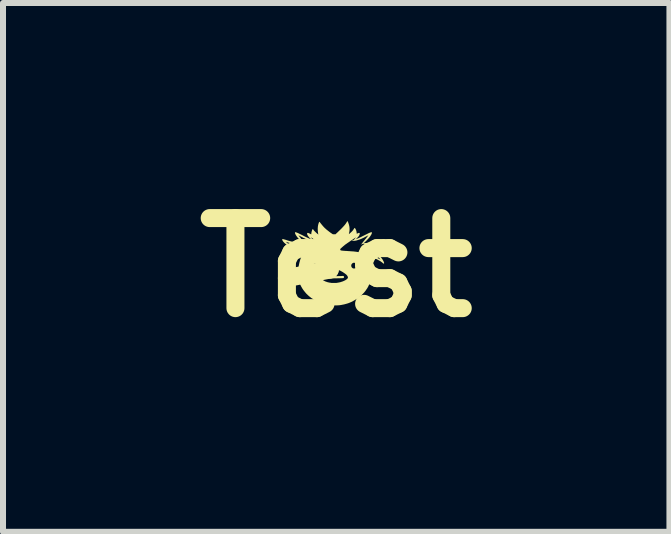
<source format=kicad_pcb>
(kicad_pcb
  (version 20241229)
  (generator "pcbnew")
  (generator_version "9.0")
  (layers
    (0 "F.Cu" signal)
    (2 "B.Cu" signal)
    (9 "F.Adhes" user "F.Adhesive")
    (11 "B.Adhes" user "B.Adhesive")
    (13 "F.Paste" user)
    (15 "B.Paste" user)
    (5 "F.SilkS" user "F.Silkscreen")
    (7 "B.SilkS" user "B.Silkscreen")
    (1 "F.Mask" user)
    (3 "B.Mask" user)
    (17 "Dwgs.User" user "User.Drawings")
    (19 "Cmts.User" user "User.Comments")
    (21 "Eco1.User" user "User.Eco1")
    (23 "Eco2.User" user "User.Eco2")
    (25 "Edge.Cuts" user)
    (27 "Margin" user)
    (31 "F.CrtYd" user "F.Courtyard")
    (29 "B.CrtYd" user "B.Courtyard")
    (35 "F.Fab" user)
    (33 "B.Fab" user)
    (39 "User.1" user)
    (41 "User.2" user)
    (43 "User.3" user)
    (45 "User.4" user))
  (footprint "Test"
    (layer "F.Cu")
    (at 2.55 1.404)
    (property "Reference" "Test" (at 0 0 0) (layer "F.SilkS") (effects (font (size 1.5 1.5) (thickness 0.3))))
    (attr board_only exclude_from_pos_files exclude_from_bom)
    (fp_poly (pts (xy 0.113 0.142) (xy 0.117 0.143) (xy 0.118 0.143) (xy 0.122 0.145) (xy 0.126 0.148) (xy 0.129 0.151) (xy 0.13 0.155) (xy 0.131 0.16) (xy 0.13 0.165) (xy 0.128 0.169) (xy 0.125 0.173) (xy 0.121 0.176) (xy 0.116 0.178) (xy 0.115 0.179) (xy 0.113 0.179) (xy 0.11 0.179) (xy 0.106 0.179) (xy 0.1 0.179) (xy 0.093 0.18) (xy 0.086 0.18) (xy 0.077 0.18) (xy 0.068 0.18) (xy 0.058 0.181) (xy 0.047 0.181) (xy 0.036 0.181) (xy 0.024 0.181) (xy 0.013 0.182) (xy 0.001 0.182) (xy -0.011 0.182) (xy -0.023 0.182) (xy -0.035 0.182) (xy -0.046 0.183) (xy -0.057 0.183) (xy -0.068 0.183) (xy -0.078 0.183) (xy -0.087 0.183) (xy -0.095 0.183) (xy -0.103 0.183) (xy -0.109 0.183) (xy -0.117 0.183) (xy -0.125 0.183) (xy -0.133 0.183) (xy -0.14 0.183) (xy -0.146 0.183) (xy -0.151 0.183) (xy -0.155 0.183) (xy -0.158 0.182) (xy -0.159 0.182) (xy -0.166 0.181) (xy -0.171 0.18) (xy -0.175 0.178) (xy -0.178 0.175) (xy -0.18 0.172) (xy -0.181 0.168) (xy -0.181 0.165) (xy -0.18 0.161) (xy -0.18 0.161) (xy -0.178 0.158) (xy -0.175 0.155) (xy -0.171 0.153) (xy -0.165 0.151) (xy -0.158 0.15) (xy -0.15 0.149) (xy -0.141 0.148) (xy -0.137 0.148) (xy -0.132 0.148) (xy -0.125 0.148) (xy -0.117 0.147) (xy -0.108 0.147) (xy -0.098 0.147) (xy -0.087 0.147) (xy -0.076 0.146) (xy -0.065 0.146) (xy -0.053 0.146) (xy -0.041 0.146) (xy -0.029 0.145) (xy -0.016 0.145) (xy -0.005 0.145) (xy 0.007 0.145) (xy 0.018 0.145) (xy 0.021 0.145) (xy 0.031 0.145) (xy 0.04 0.144) (xy 0.049 0.144) (xy 0.058 0.144) (xy 0.065 0.144) (xy 0.072 0.144) (xy 0.078 0.144) (xy 0.083 0.144) (xy 0.087 0.143) (xy 0.089 0.143) (xy 0.089 0.143) (xy 0.096 0.143) (xy 0.102 0.142) (xy 0.108 0.142)) (stroke (width 0) (type solid)) (fill yes) (layer "F.SilkS"))
    (fp_poly (pts (xy 0.187 -0.77) (xy 0.189 -0.77) (xy 0.19 -0.768) (xy 0.192 -0.766) (xy 0.193 -0.763) (xy 0.195 -0.759) (xy 0.197 -0.753) (xy 0.2 -0.747) (xy 0.201 -0.745) (xy 0.205 -0.732) (xy 0.209 -0.72) (xy 0.213 -0.708) (xy 0.215 -0.697) (xy 0.218 -0.686) (xy 0.219 -0.678) (xy 0.221 -0.662) (xy 0.222 -0.645) (xy 0.222 -0.629) (xy 0.221 -0.613) (xy 0.219 -0.597) (xy 0.216 -0.579) (xy 0.213 -0.566) (xy 0.212 -0.562) (xy 0.211 -0.558) (xy 0.211 -0.556) (xy 0.21 -0.555) (xy 0.211 -0.554) (xy 0.211 -0.555) (xy 0.213 -0.556) (xy 0.216 -0.558) (xy 0.219 -0.561) (xy 0.223 -0.564) (xy 0.227 -0.568) (xy 0.232 -0.572) (xy 0.237 -0.576) (xy 0.242 -0.581) (xy 0.247 -0.585) (xy 0.252 -0.59) (xy 0.256 -0.594) (xy 0.258 -0.596) (xy 0.262 -0.6) (xy 0.265 -0.603) (xy 0.268 -0.606) (xy 0.271 -0.609) (xy 0.273 -0.612) (xy 0.276 -0.616) (xy 0.279 -0.619) (xy 0.282 -0.624) (xy 0.285 -0.628) (xy 0.289 -0.634) (xy 0.294 -0.641) (xy 0.297 -0.646) (xy 0.3 -0.65) (xy 0.303 -0.654) (xy 0.305 -0.656) (xy 0.306 -0.658) (xy 0.308 -0.658) (xy 0.308 -0.658) (xy 0.309 -0.658) (xy 0.311 -0.656) (xy 0.314 -0.653) (xy 0.316 -0.649) (xy 0.319 -0.644) (xy 0.322 -0.639) (xy 0.325 -0.634) (xy 0.327 -0.628) (xy 0.33 -0.623) (xy 0.33 -0.622) (xy 0.333 -0.613) (xy 0.336 -0.603) (xy 0.338 -0.592) (xy 0.34 -0.581) (xy 0.341 -0.571) (xy 0.341 -0.568) (xy 0.342 -0.565) (xy 0.342 -0.562) (xy 0.343 -0.561) (xy 0.344 -0.561) (xy 0.346 -0.562) (xy 0.349 -0.564) (xy 0.35 -0.564) (xy 0.354 -0.566) (xy 0.358 -0.568) (xy 0.363 -0.57) (xy 0.367 -0.572) (xy 0.371 -0.573) (xy 0.375 -0.575) (xy 0.377 -0.575) (xy 0.378 -0.576) (xy 0.381 -0.575) (xy 0.385 -0.574) (xy 0.388 -0.572) (xy 0.391 -0.568) (xy 0.391 -0.568) (xy 0.392 -0.565) (xy 0.392 -0.56) (xy 0.391 -0.555) (xy 0.389 -0.549) (xy 0.387 -0.542) (xy 0.384 -0.536) (xy 0.38 -0.529) (xy 0.378 -0.525) (xy 0.374 -0.52) (xy 0.369 -0.513) (xy 0.363 -0.507) (xy 0.357 -0.5) (xy 0.35 -0.493) (xy 0.343 -0.486) (xy 0.337 -0.479) (xy 0.33 -0.474) (xy 0.328 -0.471) (xy 0.324 -0.469) (xy 0.329 -0.47) (xy 0.337 -0.474) (xy 0.346 -0.477) (xy 0.354 -0.481) (xy 0.363 -0.484) (xy 0.372 -0.488) (xy 0.381 -0.492) (xy 0.391 -0.497) (xy 0.402 -0.502) (xy 0.413 -0.507) (xy 0.425 -0.513) (xy 0.438 -0.52) (xy 0.452 -0.527) (xy 0.468 -0.534) (xy 0.476 -0.539) (xy 0.485 -0.543) (xy 0.493 -0.547) (xy 0.502 -0.551) (xy 0.509 -0.555) (xy 0.517 -0.559) (xy 0.523 -0.562) (xy 0.529 -0.565) (xy 0.533 -0.567) (xy 0.537 -0.569) (xy 0.539 -0.57) (xy 0.544 -0.572) (xy 0.548 -0.574) (xy 0.553 -0.576) (xy 0.558 -0.578) (xy 0.563 -0.579) (xy 0.567 -0.581) (xy 0.57 -0.582) (xy 0.572 -0.583) (xy 0.574 -0.584) (xy 0.574 -0.584) (xy 0.575 -0.584) (xy 0.577 -0.585) (xy 0.578 -0.585) (xy 0.581 -0.587) (xy 0.583 -0.587) (xy 0.584 -0.587) (xy 0.588 -0.587) (xy 0.591 -0.585) (xy 0.593 -0.582) (xy 0.594 -0.578) (xy 0.594 -0.576) (xy 0.594 -0.574) (xy 0.593 -0.57) (xy 0.592 -0.565) (xy 0.59 -0.56) (xy 0.588 -0.555) (xy 0.585 -0.55) (xy 0.585 -0.549) (xy 0.579 -0.539) (xy 0.572 -0.528) (xy 0.565 -0.517) (xy 0.556 -0.505) (xy 0.546 -0.492) (xy 0.535 -0.48) (xy 0.531 -0.476) (xy 0.524 -0.468) (xy 0.516 -0.459) (xy 0.508 -0.451) (xy 0.5 -0.443) (xy 0.492 -0.435) (xy 0.484 -0.428) (xy 0.477 -0.421) (xy 0.471 -0.415) (xy 0.465 -0.41) (xy 0.462 -0.408) (xy 0.459 -0.405) (xy 0.457 -0.404) (xy 0.456 -0.403) (xy 0.456 -0.402) (xy 0.457 -0.402) (xy 0.459 -0.402) (xy 0.462 -0.403) (xy 0.466 -0.403) (xy 0.468 -0.403) (xy 0.472 -0.404) (xy 0.477 -0.405) (xy 0.483 -0.405) (xy 0.49 -0.406) (xy 0.496 -0.407) (xy 0.499 -0.407) (xy 0.51 -0.408) (xy 0.52 -0.409) (xy 0.529 -0.41) (xy 0.538 -0.411) (xy 0.546 -0.412) (xy 0.554 -0.413) (xy 0.563 -0.415) (xy 0.572 -0.416) (xy 0.582 -0.418) (xy 0.586 -0.418) (xy 0.606 -0.422) (xy 0.625 -0.426) (xy 0.642 -0.429) (xy 0.66 -0.433) (xy 0.677 -0.438) (xy 0.694 -0.443) (xy 0.713 -0.448) (xy 0.729 -0.453) (xy 0.741 -0.457) (xy 0.751 -0.46) (xy 0.76 -0.463) (xy 0.768 -0.465) (xy 0.775 -0.467) (xy 0.781 -0.469) (xy 0.786 -0.47) (xy 0.79 -0.471) (xy 0.793 -0.471) (xy 0.794 -0.471) (xy 0.798 -0.471) (xy 0.801 -0.472) (xy 0.802 -0.471) (xy 0.804 -0.471) (xy 0.804 -0.471) (xy 0.806 -0.469) (xy 0.807 -0.466) (xy 0.807 -0.462) (xy 0.806 -0.457) (xy 0.804 -0.453) (xy 0.803 -0.452) (xy 0.799 -0.444) (xy 0.793 -0.435) (xy 0.786 -0.426) (xy 0.778 -0.417) (xy 0.768 -0.408) (xy 0.757 -0.398) (xy 0.745 -0.387) (xy 0.731 -0.377) (xy 0.717 -0.366) (xy 0.706 -0.358) (xy 0.697 -0.352) (xy 0.688 -0.346) (xy 0.679 -0.341) (xy 0.671 -0.336) (xy 0.662 -0.331) (xy 0.652 -0.326) (xy 0.652 -0.326) (xy 0.641 -0.32) (xy 0.631 -0.316) (xy 0.622 -0.312) (xy 0.614 -0.308) (xy 0.606 -0.306) (xy 0.598 -0.303) (xy 0.591 -0.302) (xy 0.591 -0.302) (xy 0.583 -0.3) (xy 0.592 -0.294) (xy 0.614 -0.279) (xy 0.634 -0.265) (xy 0.653 -0.251) (xy 0.671 -0.237) (xy 0.687 -0.223) (xy 0.703 -0.21) (xy 0.717 -0.197) (xy 0.73 -0.184) (xy 0.742 -0.171) (xy 0.752 -0.158) (xy 0.762 -0.145) (xy 0.767 -0.138) (xy 0.773 -0.129) (xy 0.778 -0.12) (xy 0.783 -0.111) (xy 0.788 -0.102) (xy 0.791 -0.094) (xy 0.794 -0.087) (xy 0.796 -0.081) (xy 0.797 -0.076) (xy 0.798 -0.073) (xy 0.797 -0.07) (xy 0.797 -0.068) (xy 0.796 -0.067) (xy 0.795 -0.065) (xy 0.793 -0.064) (xy 0.79 -0.063) (xy 0.787 -0.064) (xy 0.783 -0.066) (xy 0.779 -0.069) (xy 0.776 -0.072) (xy 0.772 -0.076) (xy 0.768 -0.08) (xy 0.762 -0.084) (xy 0.756 -0.089) (xy 0.749 -0.094) (xy 0.74 -0.1) (xy 0.731 -0.106) (xy 0.718 -0.113) (xy 0.705 -0.12) (xy 0.692 -0.128) (xy 0.677 -0.135) (xy 0.661 -0.143) (xy 0.644 -0.151) (xy 0.626 -0.158) (xy 0.607 -0.167) (xy 0.586 -0.175) (xy 0.573 -0.18) (xy 0.567 -0.182) (xy 0.56 -0.185) (xy 0.552 -0.187) (xy 0.545 -0.188) (xy 0.538 -0.19) (xy 0.531 -0.191) (xy 0.525 -0.192) (xy 0.521 -0.193) (xy 0.519 -0.193) (xy 0.517 -0.192) (xy 0.521 -0.183) (xy 0.523 -0.179) (xy 0.525 -0.174) (xy 0.528 -0.169) (xy 0.529 -0.166) (xy 0.534 -0.157) (xy 0.539 -0.148) (xy 0.542 -0.141) (xy 0.546 -0.133) (xy 0.549 -0.125) (xy 0.552 -0.117) (xy 0.554 -0.112) (xy 0.563 -0.083) (xy 0.57 -0.054) (xy 0.577 -0.026) (xy 0.58 -0.01) (xy 0.581 -0.002) (xy 0.582 0.007) (xy 0.583 0.017) (xy 0.585 0.027) (xy 0.586 0.037) (xy 0.587 0.047) (xy 0.588 0.057) (xy 0.588 0.066) (xy 0.589 0.075) (xy 0.589 0.083) (xy 0.59 0.089) (xy 0.59 0.092) (xy 0.59 0.106) (xy 0.589 0.118) (xy 0.589 0.13) (xy 0.588 0.14) (xy 0.587 0.148) (xy 0.586 0.156) (xy 0.586 0.158) (xy 0.58 0.187) (xy 0.573 0.215) (xy 0.565 0.242) (xy 0.555 0.268) (xy 0.544 0.294) (xy 0.532 0.32) (xy 0.518 0.345) (xy 0.502 0.368) (xy 0.494 0.38) (xy 0.485 0.393) (xy 0.474 0.406) (xy 0.464 0.419) (xy 0.452 0.431) (xy 0.441 0.443) (xy 0.43 0.454) (xy 0.424 0.46) (xy 0.411 0.473) (xy 0.398 0.484) (xy 0.385 0.494) (xy 0.373 0.504) (xy 0.361 0.513) (xy 0.349 0.521) (xy 0.336 0.528) (xy 0.328 0.533) (xy 0.324 0.535) (xy 0.318 0.539) (xy 0.312 0.542) (xy 0.306 0.546) (xy 0.299 0.55) (xy 0.293 0.553) (xy 0.285 0.558) (xy 0.276 0.563) (xy 0.269 0.567) (xy 0.262 0.571) (xy 0.254 0.574) (xy 0.246 0.578) (xy 0.238 0.581) (xy 0.215 0.591) (xy 0.192 0.599) (xy 0.168 0.606) (xy 0.143 0.613) (xy 0.117 0.619) (xy 0.11 0.62) (xy 0.081 0.626) (xy 0.052 0.63) (xy 0.023 0.632) (xy -0.007 0.633) (xy -0.037 0.633) (xy -0.049 0.633) (xy -0.068 0.632) (xy -0.088 0.63) (xy -0.107 0.628) (xy -0.126 0.625) (xy -0.144 0.623) (xy -0.162 0.619) (xy -0.18 0.616) (xy -0.196 0.611) (xy -0.211 0.607) (xy -0.225 0.603) (xy -0.231 0.6) (xy -0.262 0.588) (xy -0.292 0.575) (xy -0.322 0.561) (xy -0.352 0.546) (xy -0.37 0.537) (xy -0.379 0.531) (xy -0.387 0.527) (xy -0.394 0.522) (xy -0.401 0.518) (xy -0.408 0.514) (xy -0.415 0.509) (xy -0.422 0.504) (xy -0.429 0.498) (xy -0.43 0.497) (xy -0.453 0.479) (xy -0.474 0.46) (xy -0.495 0.44) (xy -0.514 0.418) (xy -0.532 0.396) (xy -0.549 0.374) (xy -0.565 0.35) (xy -0.579 0.326) (xy -0.592 0.301) (xy -0.604 0.276) (xy -0.614 0.25) (xy -0.623 0.224) (xy -0.628 0.208) (xy -0.63 0.202) (xy -0.631 0.197) (xy -0.632 0.192) (xy -0.633 0.187) (xy -0.634 0.183) (xy -0.635 0.179) (xy -0.244 0.179) (xy -0.242 0.185) (xy -0.24 0.191) (xy -0.236 0.197) (xy -0.232 0.201) (xy -0.23 0.203) (xy -0.228 0.205) (xy -0.226 0.207) (xy -0.223 0.209) (xy -0.22 0.211) (xy -0.216 0.214) (xy -0.211 0.218) (xy -0.207 0.22) (xy -0.201 0.223) (xy -0.194 0.227) (xy -0.186 0.231) (xy -0.177 0.235) (xy -0.167 0.238) (xy -0.157 0.242) (xy -0.147 0.245) (xy -0.137 0.248) (xy -0.127 0.25) (xy -0.125 0.25) (xy -0.115 0.253) (xy -0.104 0.254) (xy -0.092 0.256) (xy -0.08 0.258) (xy -0.069 0.259) (xy -0.062 0.259) (xy -0.058 0.259) (xy -0.053 0.259) (xy -0.046 0.259) (xy -0.039 0.259) (xy -0.032 0.259) (xy -0.025 0.259) (xy -0.017 0.259) (xy -0.011 0.258) (xy -0.005 0.258) (xy 0.000395 0.258) (xy 0.004 0.258) (xy 0.004 0.258) (xy 0.028 0.254) (xy 0.05 0.25) (xy 0.072 0.245) (xy 0.093 0.238) (xy 0.096 0.237) (xy 0.103 0.235) (xy 0.109 0.233) (xy 0.115 0.23) (xy 0.121 0.228) (xy 0.128 0.225) (xy 0.135 0.221) (xy 0.139 0.219) (xy 0.15 0.214) (xy 0.16 0.208) (xy 0.168 0.202) (xy 0.176 0.196) (xy 0.183 0.19) (xy 0.188 0.184) (xy 0.192 0.179) (xy 0.194 0.173) (xy 0.195 0.169) (xy 0.195 0.165) (xy 0.194 0.16) (xy 0.192 0.154) (xy 0.189 0.148) (xy 0.186 0.142) (xy 0.181 0.136) (xy 0.179 0.132) (xy 0.176 0.129) (xy 0.173 0.125) (xy 0.169 0.122) (xy 0.166 0.119) (xy 0.161 0.115) (xy 0.157 0.111) (xy 0.151 0.107) (xy 0.145 0.102) (xy 0.137 0.097) (xy 0.129 0.091) (xy 0.118 0.084) (xy 0.108 0.077) (xy 0.097 0.071) (xy 0.087 0.065) (xy 0.077 0.06) (xy 0.073 0.057) (xy 0.066 0.054) (xy 0.06 0.052) (xy 0.054 0.049) (xy 0.047 0.047) (xy 0.04 0.045) (xy 0.032 0.044) (xy 0.023 0.042) (xy 0.019 0.041) (xy 0.007 0.039) (xy -0.004 0.038) (xy -0.015 0.038) (xy -0.026 0.038) (xy -0.038 0.039) (xy -0.04 0.039) (xy -0.049 0.04) (xy -0.057 0.042) (xy -0.064 0.043) (xy -0.071 0.044) (xy -0.077 0.046) (xy -0.084 0.049) (xy -0.091 0.051) (xy -0.095 0.053) (xy -0.1 0.055) (xy -0.104 0.057) (xy -0.108 0.058) (xy -0.112 0.06) (xy -0.116 0.062) (xy -0.119 0.064) (xy -0.123 0.066) (xy -0.128 0.069) (xy -0.134 0.072) (xy -0.141 0.076) (xy -0.141 0.076) (xy -0.149 0.081) (xy -0.156 0.085) (xy -0.161 0.088) (xy -0.166 0.091) (xy -0.17 0.094) (xy -0.173 0.096) (xy -0.177 0.098) (xy -0.18 0.1) (xy -0.183 0.102) (xy -0.186 0.105) (xy -0.186 0.105) (xy -0.19 0.108) (xy -0.194 0.111) (xy -0.199 0.115) (xy -0.203 0.118) (xy -0.205 0.119) (xy -0.213 0.126) (xy -0.22 0.132) (xy -0.226 0.139) (xy -0.231 0.145) (xy -0.235 0.151) (xy -0.239 0.158) (xy -0.239 0.159) (xy -0.242 0.166) (xy -0.244 0.173) (xy -0.244 0.179) (xy -0.635 0.179) (xy -0.635 0.178) (xy -0.636 0.173) (xy -0.636 0.168) (xy -0.637 0.162) (xy -0.638 0.155) (xy -0.639 0.147) (xy -0.64 0.137) (xy -0.64 0.134) (xy -0.641 0.123) (xy -0.641 0.111) (xy -0.641 0.1) (xy -0.64 0.09) (xy -0.639 0.084) (xy -0.638 0.079) (xy -0.638 0.072) (xy -0.637 0.066) (xy -0.637 0.06) (xy -0.637 0.057) (xy -0.636 0.048) (xy -0.636 0.041) (xy -0.635 0.035) (xy -0.634 0.03) (xy -0.634 0.024) (xy -0.633 0.018) (xy -0.632 0.015) (xy -0.631 0.011) (xy -0.63 0.006) (xy -0.629 -0.000408) (xy -0.628 -0.007) (xy -0.627 -0.012) (xy -0.626 -0.018) (xy -0.626 -0.018) (xy -0.397 -0.018) (xy -0.396 -0.009) (xy -0.394 -0.001) (xy -0.391 0.006) (xy -0.386 0.013) (xy -0.381 0.019) (xy -0.374 0.024) (xy -0.367 0.028) (xy -0.36 0.03) (xy -0.36 0.03) (xy -0.356 0.031) (xy -0.352 0.031) (xy -0.349 0.031) (xy -0.345 0.031) (xy -0.343 0.03) (xy -0.337 0.029) (xy -0.332 0.027) (xy -0.327 0.023) (xy -0.323 0.02) (xy -0.317 0.013) (xy -0.313 0.006) (xy -0.31 -0.002) (xy -0.308 -0.011) (xy -0.308 -0.012) (xy -0.308 -0.019) (xy -0.31 -0.026) (xy -0.311 -0.028) (xy 0.25 -0.028) (xy 0.251 -0.02) (xy 0.253 -0.013) (xy 0.256 -0.006) (xy 0.26 0.001) (xy 0.262 0.003) (xy 0.269 0.009) (xy 0.276 0.014) (xy 0.284 0.017) (xy 0.292 0.018) (xy 0.3 0.018) (xy 0.308 0.017) (xy 0.315 0.015) (xy 0.323 0.011) (xy 0.33 0.006) (xy 0.332 0.004) (xy 0.336 -0.001) (xy 0.339 -0.004) (xy 0.341 -0.009) (xy 0.343 -0.013) (xy 0.344 -0.016) (xy 0.346 -0.021) (xy 0.346 -0.028) (xy 0.346 -0.034) (xy 0.345 -0.041) (xy 0.344 -0.045) (xy 0.342 -0.05) (xy 0.339 -0.055) (xy 0.336 -0.059) (xy 0.332 -0.064) (xy 0.327 -0.068) (xy 0.322 -0.072) (xy 0.316 -0.074) (xy 0.309 -0.076) (xy 0.3 -0.077) (xy 0.297 -0.077) (xy 0.293 -0.078) (xy 0.291 -0.078) (xy 0.289 -0.077) (xy 0.286 -0.077) (xy 0.284 -0.076) (xy 0.276 -0.072) (xy 0.269 -0.068) (xy 0.263 -0.063) (xy 0.258 -0.056) (xy 0.257 -0.055) (xy 0.255 -0.051) (xy 0.253 -0.047) (xy 0.252 -0.043) (xy 0.251 -0.039) (xy 0.25 -0.035) (xy 0.25 -0.028) (xy -0.311 -0.028) (xy -0.313 -0.034) (xy -0.317 -0.04) (xy -0.322 -0.047) (xy -0.327 -0.051) (xy -0.333 -0.056) (xy -0.341 -0.059) (xy -0.348 -0.061) (xy -0.356 -0.062) (xy -0.364 -0.06) (xy -0.372 -0.058) (xy -0.374 -0.057) (xy -0.378 -0.054) (xy -0.382 -0.051) (xy -0.386 -0.047) (xy -0.39 -0.043) (xy -0.391 -0.041) (xy -0.394 -0.034) (xy -0.396 -0.026) (xy -0.397 -0.018) (xy -0.626 -0.018) (xy -0.625 -0.023) (xy -0.624 -0.029) (xy -0.623 -0.033) (xy -0.622 -0.037) (xy -0.622 -0.037) (xy -0.622 -0.041) (xy -0.621 -0.045) (xy -0.619 -0.05) (xy -0.618 -0.056) (xy -0.617 -0.061) (xy -0.616 -0.067) (xy -0.615 -0.073) (xy -0.613 -0.079) (xy -0.612 -0.085) (xy -0.61 -0.091) (xy -0.608 -0.098) (xy -0.606 -0.106) (xy -0.605 -0.111) (xy -0.604 -0.116) (xy -0.602 -0.12) (xy -0.601 -0.124) (xy -0.6 -0.128) (xy -0.599 -0.132) (xy -0.597 -0.136) (xy -0.596 -0.14) (xy -0.594 -0.145) (xy -0.592 -0.151) (xy -0.59 -0.157) (xy -0.587 -0.165) (xy -0.584 -0.172) (xy -0.582 -0.176) (xy -0.58 -0.181) (xy -0.577 -0.186) (xy -0.574 -0.193) (xy -0.571 -0.197) (xy -0.569 -0.201) (xy -0.567 -0.204) (xy -0.566 -0.206) (xy -0.565 -0.208) (xy -0.565 -0.208) (xy -0.566 -0.209) (xy -0.568 -0.209) (xy -0.571 -0.208) (xy -0.575 -0.208) (xy -0.579 -0.207) (xy -0.585 -0.206) (xy -0.59 -0.206) (xy -0.595 -0.205) (xy -0.6 -0.203) (xy -0.605 -0.202) (xy -0.608 -0.202) (xy -0.611 -0.201) (xy -0.614 -0.2) (xy -0.618 -0.199) (xy -0.622 -0.197) (xy -0.627 -0.196) (xy -0.633 -0.194) (xy -0.639 -0.191) (xy -0.647 -0.189) (xy -0.655 -0.186) (xy -0.665 -0.182) (xy -0.669 -0.181) (xy -0.68 -0.176) (xy -0.691 -0.172) (xy -0.701 -0.167) (xy -0.702 -0.166) (xy -0.706 -0.164) (xy -0.71 -0.162) (xy -0.715 -0.16) (xy -0.719 -0.159) (xy -0.727 -0.155) (xy -0.735 -0.151) (xy -0.745 -0.147) (xy -0.754 -0.143) (xy -0.763 -0.138) (xy -0.773 -0.134) (xy -0.781 -0.13) (xy -0.79 -0.125) (xy -0.797 -0.121) (xy -0.803 -0.118) (xy -0.807 -0.116) (xy -0.818 -0.109) (xy -0.828 -0.103) (xy -0.838 -0.097) (xy -0.847 -0.091) (xy -0.854 -0.085) (xy -0.861 -0.08) (xy -0.867 -0.075) (xy -0.869 -0.072) (xy -0.874 -0.068) (xy -0.878 -0.065) (xy -0.881 -0.063) (xy -0.884 -0.063) (xy -0.887 -0.064) (xy -0.888 -0.065) (xy -0.89 -0.067) (xy -0.89 -0.068) (xy -0.891 -0.07) (xy -0.891 -0.073) (xy -0.89 -0.077) (xy -0.889 -0.083) (xy -0.886 -0.09) (xy -0.883 -0.097) (xy -0.879 -0.105) (xy -0.875 -0.114) (xy -0.87 -0.123) (xy -0.864 -0.132) (xy -0.86 -0.138) (xy -0.85 -0.151) (xy -0.84 -0.164) (xy -0.829 -0.177) (xy -0.817 -0.19) (xy -0.803 -0.203) (xy -0.788 -0.217) (xy -0.773 -0.23) (xy -0.755 -0.244) (xy -0.737 -0.258) (xy -0.717 -0.272) (xy -0.696 -0.286) (xy -0.685 -0.294) (xy -0.676 -0.3) (xy -0.684 -0.302) (xy -0.693 -0.304) (xy -0.702 -0.307) (xy -0.712 -0.311) (xy -0.723 -0.315) (xy -0.735 -0.32) (xy -0.746 -0.326) (xy -0.758 -0.332) (xy -0.769 -0.339) (xy -0.78 -0.345) (xy -0.789 -0.351) (xy -0.801 -0.359) (xy -0.812 -0.367) (xy -0.823 -0.375) (xy -0.834 -0.384) (xy -0.844 -0.392) (xy -0.854 -0.4) (xy -0.862 -0.408) (xy -0.87 -0.415) (xy -0.87 -0.416) (xy -0.877 -0.423) (xy -0.881 -0.428) (xy -0.841 -0.428) (xy -0.84 -0.427) (xy -0.839 -0.426) (xy -0.836 -0.423) (xy -0.832 -0.42) (xy -0.828 -0.417) (xy -0.823 -0.413) (xy -0.818 -0.409) (xy -0.812 -0.404) (xy -0.805 -0.399) (xy -0.798 -0.394) (xy -0.792 -0.388) (xy -0.785 -0.383) (xy -0.778 -0.378) (xy -0.771 -0.373) (xy -0.765 -0.368) (xy -0.759 -0.364) (xy -0.753 -0.36) (xy -0.748 -0.356) (xy -0.738 -0.349) (xy -0.727 -0.342) (xy -0.715 -0.335) (xy -0.702 -0.327) (xy -0.689 -0.32) (xy -0.677 -0.314) (xy -0.673 -0.312) (xy -0.664 -0.307) (xy -0.654 -0.313) (xy -0.648 -0.317) (xy -0.641 -0.321) (xy -0.633 -0.325) (xy -0.626 -0.328) (xy -0.619 -0.331) (xy -0.614 -0.334) (xy -0.613 -0.334) (xy -0.608 -0.336) (xy -0.603 -0.337) (xy -0.598 -0.339) (xy -0.594 -0.34) (xy -0.59 -0.34) (xy -0.588 -0.34) (xy -0.586 -0.34) (xy -0.586 -0.34) (xy -0.587 -0.339) (xy -0.588 -0.338) (xy -0.591 -0.336) (xy -0.594 -0.334) (xy -0.595 -0.334) (xy -0.601 -0.33) (xy -0.608 -0.326) (xy -0.616 -0.321) (xy -0.624 -0.315) (xy -0.633 -0.309) (xy -0.643 -0.303) (xy -0.652 -0.296) (xy -0.662 -0.289) (xy -0.671 -0.282) (xy -0.677 -0.278) (xy -0.701 -0.259) (xy -0.723 -0.241) (xy -0.744 -0.222) (xy -0.764 -0.205) (xy -0.782 -0.187) (xy -0.798 -0.169) (xy -0.811 -0.154) (xy -0.815 -0.15) (xy -0.819 -0.145) (xy -0.822 -0.141) (xy -0.824 -0.138) (xy -0.827 -0.135) (xy -0.828 -0.133) (xy -0.828 -0.132) (xy -0.828 -0.132) (xy -0.826 -0.133) (xy -0.826 -0.133) (xy -0.824 -0.134) (xy -0.821 -0.136) (xy -0.818 -0.138) (xy -0.817 -0.138) (xy -0.815 -0.139) (xy -0.812 -0.141) (xy -0.807 -0.144) (xy -0.802 -0.146) (xy -0.797 -0.149) (xy -0.791 -0.152) (xy -0.791 -0.152) (xy -0.764 -0.165) (xy -0.736 -0.177) (xy -0.708 -0.189) (xy -0.679 -0.199) (xy -0.651 -0.209) (xy -0.623 -0.217) (xy -0.595 -0.225) (xy -0.567 -0.231) (xy -0.548 -0.234) (xy -0.544 -0.235) (xy -0.539 -0.236) (xy -0.535 -0.237) (xy -0.531 -0.239) (xy -0.526 -0.24) (xy -0.52 -0.242) (xy -0.513 -0.244) (xy -0.506 -0.245) (xy -0.498 -0.247) (xy -0.49 -0.249) (xy -0.482 -0.251) (xy -0.474 -0.253) (xy -0.468 -0.255) (xy -0.464 -0.255) (xy -0.453 -0.258) (xy -0.441 -0.26) (xy -0.428 -0.262) (xy -0.415 -0.264) (xy -0.401 -0.266) (xy -0.387 -0.268) (xy -0.373 -0.27) (xy -0.36 -0.272) (xy -0.36 -0.272) (xy -0.354 -0.272) (xy -0.347 -0.273) (xy -0.339 -0.273) (xy -0.331 -0.273) (xy -0.325 -0.274) (xy -0.318 -0.274) (xy -0.31 -0.274) (xy -0.301 -0.274) (xy -0.293 -0.275) (xy -0.286 -0.275) (xy -0.283 -0.275) (xy -0.258 -0.277) (xy -0.233 -0.278) (xy -0.208 -0.279) (xy -0.184 -0.279) (xy -0.184 -0.279) (xy -0.174 -0.28) (xy -0.167 -0.28) (xy -0.16 -0.28) (xy -0.155 -0.28) (xy -0.15 -0.281) (xy -0.146 -0.281) (xy -0.143 -0.281) (xy -0.14 -0.281) (xy -0.138 -0.282) (xy -0.136 -0.282) (xy -0.134 -0.282) (xy -0.13 -0.283) (xy -0.125 -0.285) (xy -0.121 -0.286) (xy -0.116 -0.288) (xy -0.113 -0.29) (xy -0.112 -0.291) (xy -0.109 -0.294) (xy -0.107 -0.297) (xy 0.066 -0.297) (xy 0.068 -0.293) (xy 0.07 -0.289) (xy 0.073 -0.286) (xy 0.075 -0.284) (xy 0.078 -0.283) (xy 0.083 -0.282) (xy 0.089 -0.281) (xy 0.095 -0.28) (xy 0.103 -0.279) (xy 0.105 -0.279) (xy 0.116 -0.278) (xy 0.125 -0.277) (xy 0.133 -0.277) (xy 0.14 -0.276) (xy 0.146 -0.276) (xy 0.151 -0.275) (xy 0.155 -0.275) (xy 0.16 -0.275) (xy 0.164 -0.274) (xy 0.167 -0.274) (xy 0.169 -0.274) (xy 0.175 -0.274) (xy 0.182 -0.273) (xy 0.188 -0.273) (xy 0.194 -0.272) (xy 0.197 -0.272) (xy 0.202 -0.272) (xy 0.208 -0.271) (xy 0.215 -0.271) (xy 0.222 -0.271) (xy 0.228 -0.27) (xy 0.228 -0.27) (xy 0.242 -0.269) (xy 0.257 -0.268) (xy 0.273 -0.267) (xy 0.29 -0.266) (xy 0.306 -0.264) (xy 0.322 -0.262) (xy 0.337 -0.26) (xy 0.341 -0.259) (xy 0.358 -0.257) (xy 0.377 -0.253) (xy 0.396 -0.249) (xy 0.417 -0.245) (xy 0.438 -0.24) (xy 0.443 -0.239) (xy 0.449 -0.237) (xy 0.456 -0.235) (xy 0.462 -0.234) (xy 0.468 -0.232) (xy 0.479 -0.23) (xy 0.488 -0.228) (xy 0.496 -0.226) (xy 0.504 -0.224) (xy 0.51 -0.222) (xy 0.515 -0.221) (xy 0.52 -0.22) (xy 0.524 -0.219) (xy 0.528 -0.218) (xy 0.532 -0.217) (xy 0.535 -0.216) (xy 0.537 -0.215) (xy 0.567 -0.206) (xy 0.598 -0.195) (xy 0.629 -0.183) (xy 0.66 -0.17) (xy 0.66 -0.17) (xy 0.667 -0.167) (xy 0.674 -0.164) (xy 0.681 -0.16) (xy 0.689 -0.156) (xy 0.697 -0.152) (xy 0.704 -0.149) (xy 0.711 -0.145) (xy 0.717 -0.142) (xy 0.722 -0.139) (xy 0.727 -0.137) (xy 0.727 -0.136) (xy 0.73 -0.135) (xy 0.733 -0.133) (xy 0.734 -0.132) (xy 0.735 -0.132) (xy 0.735 -0.133) (xy 0.734 -0.134) (xy 0.732 -0.137) (xy 0.731 -0.139) (xy 0.717 -0.155) (xy 0.702 -0.173) (xy 0.685 -0.19) (xy 0.667 -0.207) (xy 0.648 -0.225) (xy 0.627 -0.243) (xy 0.605 -0.261) (xy 0.584 -0.278) (xy 0.574 -0.285) (xy 0.565 -0.292) (xy 0.555 -0.299) (xy 0.545 -0.305) (xy 0.536 -0.312) (xy 0.527 -0.318) (xy 0.519 -0.323) (xy 0.512 -0.328) (xy 0.505 -0.332) (xy 0.502 -0.334) (xy 0.499 -0.336) (xy 0.496 -0.337) (xy 0.494 -0.339) (xy 0.493 -0.34) (xy 0.493 -0.34) (xy 0.494 -0.34) (xy 0.496 -0.34) (xy 0.499 -0.34) (xy 0.503 -0.339) (xy 0.508 -0.338) (xy 0.513 -0.337) (xy 0.518 -0.335) (xy 0.52 -0.334) (xy 0.526 -0.331) (xy 0.533 -0.328) (xy 0.54 -0.325) (xy 0.547 -0.321) (xy 0.554 -0.317) (xy 0.561 -0.313) (xy 0.561 -0.313) (xy 0.571 -0.307) (xy 0.58 -0.312) (xy 0.592 -0.318) (xy 0.605 -0.325) (xy 0.618 -0.333) (xy 0.63 -0.34) (xy 0.642 -0.347) (xy 0.652 -0.354) (xy 0.655 -0.356) (xy 0.66 -0.36) (xy 0.666 -0.364) (xy 0.672 -0.368) (xy 0.678 -0.373) (xy 0.685 -0.378) (xy 0.692 -0.383) (xy 0.699 -0.389) (xy 0.706 -0.394) (xy 0.712 -0.399) (xy 0.719 -0.404) (xy 0.725 -0.409) (xy 0.73 -0.413) (xy 0.735 -0.417) (xy 0.74 -0.421) (xy 0.743 -0.423) (xy 0.745 -0.426) (xy 0.747 -0.427) (xy 0.747 -0.428) (xy 0.747 -0.427) (xy 0.745 -0.427) (xy 0.742 -0.426) (xy 0.738 -0.425) (xy 0.734 -0.423) (xy 0.733 -0.423) (xy 0.716 -0.417) (xy 0.699 -0.412) (xy 0.682 -0.408) (xy 0.665 -0.404) (xy 0.647 -0.401) (xy 0.628 -0.398) (xy 0.608 -0.395) (xy 0.588 -0.393) (xy 0.566 -0.392) (xy 0.544 -0.39) (xy 0.523 -0.39) (xy 0.508 -0.389) (xy 0.495 -0.389) (xy 0.484 -0.39) (xy 0.473 -0.39) (xy 0.464 -0.392) (xy 0.455 -0.393) (xy 0.451 -0.394) (xy 0.445 -0.395) (xy 0.438 -0.391) (xy 0.434 -0.389) (xy 0.43 -0.387) (xy 0.426 -0.385) (xy 0.425 -0.384) (xy 0.421 -0.383) (xy 0.418 -0.382) (xy 0.417 -0.382) (xy 0.417 -0.383) (xy 0.417 -0.385) (xy 0.419 -0.388) (xy 0.422 -0.391) (xy 0.423 -0.393) (xy 0.426 -0.397) (xy 0.43 -0.402) (xy 0.434 -0.407) (xy 0.437 -0.411) (xy 0.438 -0.413) (xy 0.441 -0.416) (xy 0.444 -0.42) (xy 0.448 -0.425) (xy 0.452 -0.43) (xy 0.457 -0.436) (xy 0.461 -0.441) (xy 0.462 -0.442) (xy 0.467 -0.448) (xy 0.472 -0.454) (xy 0.477 -0.461) (xy 0.483 -0.468) (xy 0.489 -0.475) (xy 0.495 -0.482) (xy 0.501 -0.489) (xy 0.506 -0.496) (xy 0.511 -0.503) (xy 0.516 -0.509) (xy 0.521 -0.515) (xy 0.525 -0.521) (xy 0.529 -0.525) (xy 0.531 -0.529) (xy 0.534 -0.532) (xy 0.535 -0.534) (xy 0.536 -0.535) (xy 0.535 -0.535) (xy 0.535 -0.535) (xy 0.533 -0.534) (xy 0.53 -0.532) (xy 0.527 -0.531) (xy 0.525 -0.529) (xy 0.52 -0.527) (xy 0.514 -0.524) (xy 0.507 -0.52) (xy 0.5 -0.517) (xy 0.492 -0.513) (xy 0.485 -0.509) (xy 0.477 -0.505) (xy 0.47 -0.501) (xy 0.463 -0.497) (xy 0.457 -0.494) (xy 0.453 -0.492) (xy 0.441 -0.487) (xy 0.429 -0.481) (xy 0.417 -0.476) (xy 0.405 -0.471) (xy 0.392 -0.466) (xy 0.378 -0.462) (xy 0.37 -0.459) (xy 0.357 -0.455) (xy 0.345 -0.451) (xy 0.334 -0.448) (xy 0.323 -0.446) (xy 0.313 -0.444) (xy 0.302 -0.443) (xy 0.292 -0.442) (xy 0.281 -0.441) (xy 0.28 -0.441) (xy 0.273 -0.441) (xy 0.267 -0.441) (xy 0.262 -0.441) (xy 0.26 -0.442) (xy 0.258 -0.442) (xy 0.258 -0.443) (xy 0.26 -0.444) (xy 0.263 -0.446) (xy 0.267 -0.448) (xy 0.273 -0.449) (xy 0.288 -0.454) (xy 0.294 -0.461) (xy 0.297 -0.463) (xy 0.3 -0.466) (xy 0.303 -0.47) (xy 0.307 -0.474) (xy 0.31 -0.479) (xy 0.314 -0.483) (xy 0.317 -0.487) (xy 0.321 -0.491) (xy 0.323 -0.494) (xy 0.325 -0.497) (xy 0.327 -0.499) (xy 0.327 -0.5) (xy 0.327 -0.5) (xy 0.326 -0.5) (xy 0.324 -0.499) (xy 0.322 -0.497) (xy 0.318 -0.495) (xy 0.315 -0.492) (xy 0.31 -0.49) (xy 0.306 -0.487) (xy 0.302 -0.484) (xy 0.298 -0.481) (xy 0.295 -0.48) (xy 0.293 -0.478) (xy 0.29 -0.476) (xy 0.288 -0.474) (xy 0.286 -0.473) (xy 0.284 -0.472) (xy 0.282 -0.47) (xy 0.279 -0.468) (xy 0.276 -0.466) (xy 0.273 -0.464) (xy 0.268 -0.461) (xy 0.263 -0.457) (xy 0.256 -0.453) (xy 0.252 -0.45) (xy 0.243 -0.444) (xy 0.233 -0.437) (xy 0.224 -0.431) (xy 0.215 -0.425) (xy 0.207 -0.419) (xy 0.199 -0.414) (xy 0.192 -0.409) (xy 0.186 -0.405) (xy 0.181 -0.402) (xy 0.179 -0.4) (xy 0.176 -0.398) (xy 0.171 -0.394) (xy 0.166 -0.391) (xy 0.162 -0.388) (xy 0.161 -0.388) (xy 0.157 -0.385) (xy 0.152 -0.381) (xy 0.147 -0.377) (xy 0.142 -0.374) (xy 0.142 -0.373) (xy 0.139 -0.371) (xy 0.135 -0.367) (xy 0.13 -0.363) (xy 0.125 -0.359) (xy 0.12 -0.355) (xy 0.116 -0.352) (xy 0.111 -0.347) (xy 0.105 -0.342) (xy 0.099 -0.337) (xy 0.094 -0.332) (xy 0.088 -0.327) (xy 0.083 -0.322) (xy 0.078 -0.318) (xy 0.074 -0.314) (xy 0.071 -0.311) (xy 0.069 -0.308) (xy 0.068 -0.306) (xy 0.068 -0.306) (xy 0.066 -0.302) (xy 0.066 -0.297) (xy -0.107 -0.297) (xy -0.107 -0.298) (xy -0.106 -0.303) (xy -0.106 -0.308) (xy -0.107 -0.309) (xy -0.107 -0.311) (xy -0.108 -0.313) (xy -0.11 -0.315) (xy -0.112 -0.317) (xy -0.114 -0.32) (xy -0.12 -0.325) (xy -0.127 -0.33) (xy -0.136 -0.335) (xy -0.146 -0.34) (xy -0.147 -0.341) (xy -0.158 -0.345) (xy -0.169 -0.35) (xy -0.179 -0.355) (xy -0.19 -0.36) (xy -0.199 -0.365) (xy -0.209 -0.37) (xy -0.217 -0.374) (xy -0.224 -0.378) (xy -0.231 -0.381) (xy -0.232 -0.382) (xy -0.236 -0.385) (xy -0.24 -0.387) (xy -0.244 -0.389) (xy -0.246 -0.39) (xy -0.247 -0.39) (xy -0.251 -0.392) (xy -0.256 -0.395) (xy -0.262 -0.398) (xy -0.268 -0.403) (xy -0.276 -0.407) (xy -0.284 -0.413) (xy -0.293 -0.418) (xy -0.303 -0.425) (xy -0.308 -0.428) (xy -0.316 -0.433) (xy -0.322 -0.438) (xy -0.328 -0.441) (xy -0.333 -0.444) (xy -0.337 -0.447) (xy -0.34 -0.449) (xy -0.343 -0.451) (xy -0.346 -0.453) (xy -0.349 -0.455) (xy -0.352 -0.457) (xy -0.355 -0.459) (xy -0.359 -0.461) (xy -0.36 -0.461) (xy -0.367 -0.466) (xy -0.376 -0.471) (xy -0.385 -0.477) (xy -0.394 -0.483) (xy -0.402 -0.489) (xy -0.41 -0.494) (xy -0.411 -0.495) (xy -0.415 -0.497) (xy -0.418 -0.5) (xy -0.42 -0.501) (xy -0.421 -0.502) (xy -0.422 -0.502) (xy -0.422 -0.501) (xy -0.42 -0.5) (xy -0.418 -0.497) (xy -0.416 -0.494) (xy -0.413 -0.49) (xy -0.409 -0.486) (xy -0.406 -0.482) (xy -0.402 -0.477) (xy -0.398 -0.473) (xy -0.395 -0.469) (xy -0.392 -0.465) (xy -0.389 -0.462) (xy -0.387 -0.461) (xy -0.381 -0.454) (xy -0.366 -0.449) (xy -0.36 -0.447) (xy -0.356 -0.446) (xy -0.353 -0.444) (xy -0.352 -0.443) (xy -0.351 -0.442) (xy -0.353 -0.442) (xy -0.356 -0.441) (xy -0.36 -0.441) (xy -0.366 -0.441) (xy -0.373 -0.441) (xy -0.384 -0.442) (xy -0.394 -0.443) (xy -0.404 -0.444) (xy -0.415 -0.446) (xy -0.425 -0.448) (xy -0.436 -0.451) (xy -0.448 -0.454) (xy -0.462 -0.458) (xy -0.463 -0.459) (xy -0.478 -0.464) (xy -0.491 -0.469) (xy -0.504 -0.473) (xy -0.516 -0.478) (xy -0.528 -0.484) (xy -0.54 -0.489) (xy -0.546 -0.492) (xy -0.551 -0.495) (xy -0.557 -0.498) (xy -0.564 -0.502) (xy -0.572 -0.506) (xy -0.58 -0.51) (xy -0.587 -0.514) (xy -0.595 -0.518) (xy -0.602 -0.521) (xy -0.609 -0.525) (xy -0.614 -0.528) (xy -0.618 -0.529) (xy -0.621 -0.531) (xy -0.624 -0.533) (xy -0.627 -0.534) (xy -0.628 -0.535) (xy -0.629 -0.535) (xy -0.628 -0.534) (xy -0.627 -0.532) (xy -0.625 -0.53) (xy -0.622 -0.526) (xy -0.619 -0.521) (xy -0.615 -0.516) (xy -0.61 -0.51) (xy -0.605 -0.504) (xy -0.6 -0.498) (xy -0.595 -0.491) (xy -0.589 -0.483) (xy -0.583 -0.476) (xy -0.577 -0.469) (xy -0.572 -0.462) (xy -0.566 -0.455) (xy -0.561 -0.449) (xy -0.555 -0.442) (xy -0.555 -0.442) (xy -0.55 -0.436) (xy -0.546 -0.431) (xy -0.542 -0.426) (xy -0.538 -0.421) (xy -0.534 -0.416) (xy -0.531 -0.413) (xy -0.531 -0.413) (xy -0.528 -0.408) (xy -0.524 -0.404) (xy -0.521 -0.399) (xy -0.517 -0.395) (xy -0.516 -0.393) (xy -0.513 -0.389) (xy -0.511 -0.386) (xy -0.51 -0.384) (xy -0.51 -0.383) (xy -0.511 -0.382) (xy -0.513 -0.383) (xy -0.516 -0.384) (xy -0.518 -0.384) (xy -0.522 -0.386) (xy -0.526 -0.388) (xy -0.53 -0.391) (xy -0.531 -0.391) (xy -0.538 -0.395) (xy -0.544 -0.394) (xy -0.552 -0.392) (xy -0.561 -0.391) (xy -0.57 -0.39) (xy -0.581 -0.39) (xy -0.594 -0.389) (xy -0.607 -0.389) (xy -0.616 -0.39) (xy -0.64 -0.39) (xy -0.662 -0.392) (xy -0.684 -0.393) (xy -0.704 -0.395) (xy -0.724 -0.398) (xy -0.742 -0.401) (xy -0.76 -0.404) (xy -0.778 -0.408) (xy -0.795 -0.413) (xy -0.811 -0.418) (xy -0.826 -0.423) (xy -0.83 -0.424) (xy -0.834 -0.426) (xy -0.837 -0.427) (xy -0.84 -0.427) (xy -0.84 -0.428) (xy -0.841 -0.428) (xy -0.881 -0.428) (xy -0.883 -0.43) (xy -0.888 -0.437) (xy -0.892 -0.444) (xy -0.896 -0.45) (xy -0.898 -0.456) (xy -0.9 -0.461) (xy -0.9 -0.466) (xy -0.9 -0.468) (xy -0.899 -0.469) (xy -0.898 -0.471) (xy -0.896 -0.471) (xy -0.893 -0.471) (xy -0.889 -0.471) (xy -0.887 -0.471) (xy -0.884 -0.471) (xy -0.88 -0.47) (xy -0.875 -0.469) (xy -0.869 -0.467) (xy -0.863 -0.466) (xy -0.855 -0.463) (xy -0.846 -0.461) (xy -0.836 -0.458) (xy -0.825 -0.454) (xy -0.822 -0.453) (xy -0.803 -0.447) (xy -0.785 -0.442) (xy -0.767 -0.437) (xy -0.75 -0.433) (xy -0.733 -0.429) (xy -0.715 -0.425) (xy -0.696 -0.421) (xy -0.679 -0.418) (xy -0.669 -0.417) (xy -0.659 -0.415) (xy -0.651 -0.414) (xy -0.642 -0.413) (xy -0.634 -0.412) (xy -0.626 -0.411) (xy -0.617 -0.409) (xy -0.607 -0.408) (xy -0.596 -0.407) (xy -0.592 -0.407) (xy -0.586 -0.406) (xy -0.579 -0.406) (xy -0.573 -0.405) (xy -0.567 -0.404) (xy -0.563 -0.404) (xy -0.561 -0.403) (xy -0.557 -0.403) (xy -0.553 -0.403) (xy -0.551 -0.402) (xy -0.549 -0.402) (xy -0.549 -0.402) (xy -0.549 -0.403) (xy -0.551 -0.404) (xy -0.553 -0.406) (xy -0.555 -0.408) (xy -0.56 -0.412) (xy -0.566 -0.417) (xy -0.573 -0.423) (xy -0.58 -0.43) (xy -0.588 -0.438) (xy -0.596 -0.446) (xy -0.604 -0.454) (xy -0.612 -0.462) (xy -0.62 -0.471) (xy -0.624 -0.476) (xy -0.636 -0.488) (xy -0.646 -0.501) (xy -0.655 -0.513) (xy -0.663 -0.525) (xy -0.67 -0.535) (xy -0.676 -0.546) (xy -0.678 -0.549) (xy -0.68 -0.554) (xy -0.682 -0.559) (xy -0.684 -0.564) (xy -0.686 -0.569) (xy -0.687 -0.573) (xy -0.687 -0.575) (xy -0.687 -0.576) (xy -0.687 -0.58) (xy -0.685 -0.583) (xy -0.683 -0.586) (xy -0.679 -0.587) (xy -0.678 -0.587) (xy -0.675 -0.587) (xy -0.673 -0.586) (xy -0.671 -0.585) (xy -0.669 -0.584) (xy -0.668 -0.584) (xy -0.667 -0.584) (xy -0.666 -0.583) (xy -0.664 -0.582) (xy -0.66 -0.581) (xy -0.656 -0.58) (xy -0.652 -0.578) (xy -0.647 -0.576) (xy -0.642 -0.574) (xy -0.637 -0.572) (xy -0.633 -0.57) (xy -0.632 -0.57) (xy -0.63 -0.569) (xy -0.626 -0.567) (xy -0.621 -0.565) (xy -0.616 -0.562) (xy -0.609 -0.558) (xy -0.602 -0.555) (xy -0.594 -0.551) (xy -0.586 -0.547) (xy -0.577 -0.543) (xy -0.569 -0.539) (xy -0.553 -0.531) (xy -0.539 -0.523) (xy -0.525 -0.516) (xy -0.512 -0.51) (xy -0.501 -0.505) (xy -0.49 -0.499) (xy -0.48 -0.495) (xy -0.47 -0.49) (xy -0.461 -0.486) (xy -0.452 -0.482) (xy -0.443 -0.479) (xy -0.435 -0.475) (xy -0.426 -0.472) (xy -0.422 -0.47) (xy -0.418 -0.469) (xy -0.421 -0.471) (xy -0.427 -0.476) (xy -0.433 -0.482) (xy -0.44 -0.489) (xy -0.447 -0.496) (xy -0.454 -0.504) (xy -0.46 -0.511) (xy -0.462 -0.514) (xy -0.467 -0.52) (xy -0.472 -0.527) (xy -0.476 -0.534) (xy -0.479 -0.541) (xy -0.482 -0.547) (xy -0.484 -0.553) (xy -0.485 -0.559) (xy -0.485 -0.563) (xy -0.484 -0.567) (xy -0.484 -0.568) (xy -0.482 -0.571) (xy -0.478 -0.574) (xy -0.475 -0.575) (xy -0.471 -0.576) (xy -0.471 -0.576) (xy -0.469 -0.575) (xy -0.466 -0.574) (xy -0.462 -0.572) (xy -0.457 -0.57) (xy -0.451 -0.567) (xy -0.445 -0.565) (xy -0.439 -0.562) (xy -0.432 -0.559) (xy -0.43 -0.557) (xy -0.425 -0.555) (xy -0.422 -0.553) (xy -0.419 -0.552) (xy -0.417 -0.551) (xy -0.416 -0.551) (xy -0.416 -0.551) (xy -0.416 -0.551) (xy -0.416 -0.553) (xy -0.415 -0.557) (xy -0.415 -0.56) (xy -0.415 -0.562) (xy -0.414 -0.574) (xy -0.412 -0.584) (xy -0.41 -0.594) (xy -0.407 -0.604) (xy -0.404 -0.614) (xy -0.4 -0.624) (xy -0.397 -0.63) (xy -0.395 -0.634) (xy -0.394 -0.636) (xy -0.392 -0.638) (xy -0.391 -0.639) (xy -0.39 -0.639) (xy -0.39 -0.639) (xy -0.388 -0.639) (xy -0.387 -0.638) (xy -0.386 -0.636) (xy -0.384 -0.633) (xy -0.384 -0.633) (xy -0.38 -0.628) (xy -0.376 -0.622) (xy -0.372 -0.616) (xy -0.37 -0.614) (xy -0.368 -0.612) (xy -0.366 -0.609) (xy -0.362 -0.605) (xy -0.358 -0.601) (xy -0.353 -0.597) (xy -0.348 -0.592) (xy -0.343 -0.587) (xy -0.338 -0.582) (xy -0.333 -0.578) (xy -0.328 -0.573) (xy -0.324 -0.569) (xy -0.32 -0.566) (xy -0.319 -0.565) (xy -0.316 -0.562) (xy -0.313 -0.56) (xy -0.309 -0.557) (xy -0.306 -0.554) (xy -0.303 -0.552) (xy -0.3 -0.55) (xy -0.298 -0.548) (xy -0.298 -0.548) (xy -0.297 -0.548) (xy -0.298 -0.55) (xy -0.298 -0.553) (xy -0.299 -0.555) (xy -0.301 -0.564) (xy -0.303 -0.575) (xy -0.304 -0.586) (xy -0.306 -0.598) (xy -0.307 -0.611) (xy -0.307 -0.623) (xy -0.308 -0.635) (xy -0.308 -0.647) (xy -0.307 -0.657) (xy -0.307 -0.661) (xy -0.306 -0.676) (xy -0.304 -0.691) (xy -0.301 -0.706) (xy -0.298 -0.719) (xy -0.294 -0.732) (xy -0.29 -0.743) (xy -0.287 -0.75) (xy -0.285 -0.754) (xy -0.283 -0.757) (xy -0.282 -0.759) (xy -0.28 -0.76) (xy -0.279 -0.76) (xy -0.279 -0.76) (xy -0.278 -0.759) (xy -0.276 -0.757) (xy -0.274 -0.755) (xy -0.272 -0.752) (xy -0.27 -0.749) (xy -0.261 -0.737) (xy -0.252 -0.726) (xy -0.244 -0.716) (xy -0.237 -0.707) (xy -0.23 -0.699) (xy -0.223 -0.691) (xy -0.217 -0.684) (xy -0.211 -0.677) (xy -0.205 -0.671) (xy -0.199 -0.665) (xy -0.193 -0.658) (xy -0.188 -0.654) (xy -0.176 -0.643) (xy -0.164 -0.632) (xy -0.151 -0.622) (xy -0.139 -0.612) (xy -0.126 -0.602) (xy -0.112 -0.591) (xy -0.097 -0.58) (xy -0.081 -0.569) (xy -0.068 -0.56) (xy -0.055 -0.552) (xy -0.039 -0.552) (xy -0.034 -0.552) (xy -0.029 -0.552) (xy -0.025 -0.552) (xy -0.021 -0.552) (xy -0.019 -0.552) (xy -0.019 -0.552) (xy -0.014 -0.551) (xy 0.007 -0.57) (xy 0.021 -0.583) (xy 0.034 -0.596) (xy 0.048 -0.609) (xy 0.061 -0.622) (xy 0.074 -0.634) (xy 0.086 -0.646) (xy 0.097 -0.658) (xy 0.108 -0.669) (xy 0.118 -0.68) (xy 0.127 -0.69) (xy 0.136 -0.7) (xy 0.143 -0.708) (xy 0.149 -0.716) (xy 0.153 -0.721) (xy 0.156 -0.726) (xy 0.16 -0.73) (xy 0.163 -0.736) (xy 0.167 -0.741) (xy 0.17 -0.746) (xy 0.172 -0.75) (xy 0.173 -0.751) (xy 0.176 -0.757) (xy 0.179 -0.762) (xy 0.182 -0.766) (xy 0.184 -0.769) (xy 0.185 -0.77) (xy 0.186 -0.771)) (stroke (width 0) (type solid)) (fill yes) (layer "F.SilkS")))
  (gr_rect
    (start -3 -3)
    (end 8.1 5.808)
    (stroke (width 0.1) (type default))
    (fill no)
    (layer "Edge.Cuts")))
</source>
